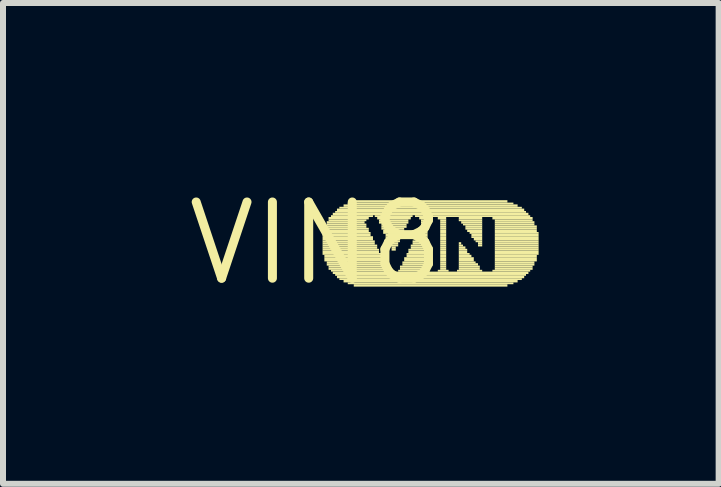
<source format=kicad_pcb>
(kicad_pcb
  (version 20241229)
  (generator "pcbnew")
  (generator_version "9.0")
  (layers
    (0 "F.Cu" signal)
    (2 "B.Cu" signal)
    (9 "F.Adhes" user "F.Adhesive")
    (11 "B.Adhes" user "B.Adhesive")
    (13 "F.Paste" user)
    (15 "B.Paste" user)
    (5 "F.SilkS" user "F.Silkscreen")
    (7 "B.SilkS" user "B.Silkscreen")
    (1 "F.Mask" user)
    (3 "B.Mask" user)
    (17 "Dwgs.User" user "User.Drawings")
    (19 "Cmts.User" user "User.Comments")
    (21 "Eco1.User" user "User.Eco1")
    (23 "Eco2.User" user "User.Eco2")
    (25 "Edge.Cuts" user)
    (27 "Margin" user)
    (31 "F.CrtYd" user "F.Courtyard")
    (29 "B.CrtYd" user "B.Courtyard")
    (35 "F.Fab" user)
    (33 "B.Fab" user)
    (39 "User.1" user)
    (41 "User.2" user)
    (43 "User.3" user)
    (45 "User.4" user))
  (footprint "VIN8"
    (layer "F.Cu")
    (at 2.215 1.006)
    (property "Reference" "VIN8" (at 0 0 0) (layer "F.SilkS") (effects (font (size 1.27 1.27) (thickness 0.15))))
    (fp_poly (pts (xy 0.11 -0.16) (xy 0.91 -0.16) (xy 0.91 -0.19) (xy 0.11 -0.19)) (stroke (width 0) (type solid)) (fill yes) (layer "F.SilkS"))
    (fp_poly (pts (xy 0.11 -0.12) (xy 0.91 -0.12) (xy 0.91 -0.16) (xy 0.11 -0.16)) (stroke (width 0) (type solid)) (fill yes) (layer "F.SilkS"))
    (fp_poly (pts (xy 0.11 -0.09) (xy 0.95 -0.09) (xy 0.95 -0.12) (xy 0.11 -0.12)) (stroke (width 0) (type solid)) (fill yes) (layer "F.SilkS"))
    (fp_poly (pts (xy 0.11 -0.05) (xy 0.95 -0.05) (xy 0.95 -0.09) (xy 0.11 -0.09)) (stroke (width 0) (type solid)) (fill yes) (layer "F.SilkS"))
    (fp_poly (pts (xy 0.11 -0.02) (xy 0.98 -0.02) (xy 0.98 -0.05) (xy 0.11 -0.05)) (stroke (width 0) (type solid)) (fill yes) (layer "F.SilkS"))
    (fp_poly (pts (xy 0.11 0.02) (xy 0.98 0.02) (xy 0.98 -0.02) (xy 0.11 -0.02)) (stroke (width 0) (type solid)) (fill yes) (layer "F.SilkS"))
    (fp_poly (pts (xy 0.11 0.05) (xy 1.02 0.05) (xy 1.02 0.02) (xy 0.11 0.02)) (stroke (width 0) (type solid)) (fill yes) (layer "F.SilkS"))
    (fp_poly (pts (xy 0.11 0.09) (xy 1.02 0.09) (xy 1.02 0.05) (xy 0.11 0.05)) (stroke (width 0) (type solid)) (fill yes) (layer "F.SilkS"))
    (fp_poly (pts (xy 0.11 0.12) (xy 1.05 0.12) (xy 1.05 0.09) (xy 0.11 0.09)) (stroke (width 0) (type solid)) (fill yes) (layer "F.SilkS"))
    (fp_poly (pts (xy 0.11 0.16) (xy 1.05 0.16) (xy 1.05 0.12) (xy 0.11 0.12)) (stroke (width 0) (type solid)) (fill yes) (layer "F.SilkS"))
    (fp_poly (pts (xy 0.11 0.19) (xy 1.09 0.19) (xy 1.09 0.16) (xy 0.11 0.16)) (stroke (width 0) (type solid)) (fill yes) (layer "F.SilkS"))
    (fp_poly (pts (xy 0.14 -0.26) (xy 0.84 -0.26) (xy 0.84 -0.3) (xy 0.14 -0.3)) (stroke (width 0) (type solid)) (fill yes) (layer "F.SilkS"))
    (fp_poly (pts (xy 0.14 -0.23) (xy 0.88 -0.23) (xy 0.88 -0.26) (xy 0.14 -0.26)) (stroke (width 0) (type solid)) (fill yes) (layer "F.SilkS"))
    (fp_poly (pts (xy 0.14 -0.19) (xy 0.88 -0.19) (xy 0.88 -0.23) (xy 0.14 -0.23)) (stroke (width 0) (type solid)) (fill yes) (layer "F.SilkS"))
    (fp_poly (pts (xy 0.14 0.23) (xy 1.09 0.23) (xy 1.09 0.19) (xy 0.14 0.19)) (stroke (width 0) (type solid)) (fill yes) (layer "F.SilkS"))
    (fp_poly (pts (xy 0.14 0.26) (xy 1.12 0.26) (xy 1.12 0.23) (xy 0.14 0.23)) (stroke (width 0) (type solid)) (fill yes) (layer "F.SilkS"))
    (fp_poly (pts (xy 0.14 0.3) (xy 1.12 0.3) (xy 1.12 0.26) (xy 0.14 0.26)) (stroke (width 0) (type solid)) (fill yes) (layer "F.SilkS"))
    (fp_poly (pts (xy 0.18 -0.33) (xy 0.81 -0.33) (xy 0.81 -0.37) (xy 0.18 -0.37)) (stroke (width 0) (type solid)) (fill yes) (layer "F.SilkS"))
    (fp_poly (pts (xy 0.18 -0.3) (xy 0.84 -0.3) (xy 0.84 -0.33) (xy 0.18 -0.33)) (stroke (width 0) (type solid)) (fill yes) (layer "F.SilkS"))
    (fp_poly (pts (xy 0.18 0.33) (xy 1.16 0.33) (xy 1.16 0.3) (xy 0.18 0.3)) (stroke (width 0) (type solid)) (fill yes) (layer "F.SilkS"))
    (fp_poly (pts (xy 0.18 0.37) (xy 1.16 0.37) (xy 1.16 0.33) (xy 0.18 0.33)) (stroke (width 0) (type solid)) (fill yes) (layer "F.SilkS"))
    (fp_poly (pts (xy 0.21 -0.4) (xy 0.88 -0.4) (xy 0.88 -0.44) (xy 0.21 -0.44)) (stroke (width 0) (type solid)) (fill yes) (layer "F.SilkS"))
    (fp_poly (pts (xy 0.21 -0.37) (xy 0.84 -0.37) (xy 0.84 -0.4) (xy 0.21 -0.4)) (stroke (width 0) (type solid)) (fill yes) (layer "F.SilkS"))
    (fp_poly (pts (xy 0.21 0.4) (xy 1.19 0.4) (xy 1.19 0.37) (xy 0.21 0.37)) (stroke (width 0) (type solid)) (fill yes) (layer "F.SilkS"))
    (fp_poly (pts (xy 0.21 0.44) (xy 1.19 0.44) (xy 1.19 0.4) (xy 0.21 0.4)) (stroke (width 0) (type solid)) (fill yes) (layer "F.SilkS"))
    (fp_poly (pts (xy 0.25 -0.44) (xy 0.95 -0.44) (xy 0.95 -0.47) (xy 0.25 -0.47)) (stroke (width 0) (type solid)) (fill yes) (layer "F.SilkS"))
    (fp_poly (pts (xy 0.25 0.47) (xy 1.23 0.47) (xy 1.23 0.44) (xy 0.25 0.44)) (stroke (width 0) (type solid)) (fill yes) (layer "F.SilkS"))
    (fp_poly (pts (xy 0.28 -0.47) (xy 3.54 -0.47) (xy 3.54 -0.51) (xy 0.28 -0.51)) (stroke (width 0) (type solid)) (fill yes) (layer "F.SilkS"))
    (fp_poly (pts (xy 0.28 0.51) (xy 3.54 0.51) (xy 3.54 0.47) (xy 0.28 0.47)) (stroke (width 0) (type solid)) (fill yes) (layer "F.SilkS"))
    (fp_poly (pts (xy 0.32 -0.51) (xy 3.5 -0.51) (xy 3.5 -0.54) (xy 0.32 -0.54)) (stroke (width 0) (type solid)) (fill yes) (layer "F.SilkS"))
    (fp_poly (pts (xy 0.32 0.54) (xy 3.5 0.54) (xy 3.5 0.51) (xy 0.32 0.51)) (stroke (width 0) (type solid)) (fill yes) (layer "F.SilkS"))
    (fp_poly (pts (xy 0.35 -0.54) (xy 3.47 -0.54) (xy 3.47 -0.58) (xy 0.35 -0.58)) (stroke (width 0) (type solid)) (fill yes) (layer "F.SilkS"))
    (fp_poly (pts (xy 0.35 0.58) (xy 3.47 0.58) (xy 3.47 0.54) (xy 0.35 0.54)) (stroke (width 0) (type solid)) (fill yes) (layer "F.SilkS"))
    (fp_poly (pts (xy 0.39 -0.58) (xy 3.43 -0.58) (xy 3.43 -0.61) (xy 0.39 -0.61)) (stroke (width 0) (type solid)) (fill yes) (layer "F.SilkS"))
    (fp_poly (pts (xy 0.39 0.61) (xy 3.43 0.61) (xy 3.43 0.58) (xy 0.39 0.58)) (stroke (width 0) (type solid)) (fill yes) (layer "F.SilkS"))
    (fp_poly (pts (xy 0.46 -0.61) (xy 3.36 -0.61) (xy 3.36 -0.65) (xy 0.46 -0.65)) (stroke (width 0) (type solid)) (fill yes) (layer "F.SilkS"))
    (fp_poly (pts (xy 0.46 0.65) (xy 3.36 0.65) (xy 3.36 0.61) (xy 0.46 0.61)) (stroke (width 0) (type solid)) (fill yes) (layer "F.SilkS"))
    (fp_poly (pts (xy 0.53 -0.65) (xy 3.29 -0.65) (xy 3.29 -0.68) (xy 0.53 -0.68)) (stroke (width 0) (type solid)) (fill yes) (layer "F.SilkS"))
    (fp_poly (pts (xy 0.53 0.68) (xy 3.29 0.68) (xy 3.29 0.65) (xy 0.53 0.65)) (stroke (width 0) (type solid)) (fill yes) (layer "F.SilkS"))
    (fp_poly (pts (xy 0.63 -0.68) (xy 3.19 -0.68) (xy 3.19 -0.72) (xy 0.63 -0.72)) (stroke (width 0) (type solid)) (fill yes) (layer "F.SilkS"))
    (fp_poly (pts (xy 0.63 0.72) (xy 3.19 0.72) (xy 3.19 0.68) (xy 0.63 0.68)) (stroke (width 0) (type solid)) (fill yes) (layer "F.SilkS"))
    (fp_poly (pts (xy 0.98 -0.44) (xy 1.61 -0.44) (xy 1.61 -0.47) (xy 0.98 -0.47)) (stroke (width 0) (type solid)) (fill yes) (layer "F.SilkS"))
    (fp_poly (pts (xy 1.02 -0.4) (xy 1.58 -0.4) (xy 1.58 -0.44) (xy 1.02 -0.44)) (stroke (width 0) (type solid)) (fill yes) (layer "F.SilkS"))
    (fp_poly (pts (xy 1.05 -0.37) (xy 1.54 -0.37) (xy 1.54 -0.4) (xy 1.05 -0.4)) (stroke (width 0) (type solid)) (fill yes) (layer "F.SilkS"))
    (fp_poly (pts (xy 1.05 -0.33) (xy 1.54 -0.33) (xy 1.54 -0.37) (xy 1.05 -0.37)) (stroke (width 0) (type solid)) (fill yes) (layer "F.SilkS"))
    (fp_poly (pts (xy 1.09 -0.3) (xy 1.51 -0.3) (xy 1.51 -0.33) (xy 1.09 -0.33)) (stroke (width 0) (type solid)) (fill yes) (layer "F.SilkS"))
    (fp_poly (pts (xy 1.09 -0.26) (xy 1.51 -0.26) (xy 1.51 -0.3) (xy 1.09 -0.3)) (stroke (width 0) (type solid)) (fill yes) (layer "F.SilkS"))
    (fp_poly (pts (xy 1.09 -0.23) (xy 1.47 -0.23) (xy 1.47 -0.26) (xy 1.09 -0.26)) (stroke (width 0) (type solid)) (fill yes) (layer "F.SilkS"))
    (fp_poly (pts (xy 1.12 -0.19) (xy 1.47 -0.19) (xy 1.47 -0.23) (xy 1.12 -0.23)) (stroke (width 0) (type solid)) (fill yes) (layer "F.SilkS"))
    (fp_poly (pts (xy 1.12 -0.16) (xy 1.44 -0.16) (xy 1.44 -0.19) (xy 1.12 -0.19)) (stroke (width 0) (type solid)) (fill yes) (layer "F.SilkS"))
    (fp_poly (pts (xy 1.16 -0.12) (xy 1.44 -0.12) (xy 1.44 -0.16) (xy 1.16 -0.16)) (stroke (width 0) (type solid)) (fill yes) (layer "F.SilkS"))
    (fp_poly (pts (xy 1.16 -0.09) (xy 1.44 -0.09) (xy 1.44 -0.12) (xy 1.16 -0.12)) (stroke (width 0) (type solid)) (fill yes) (layer "F.SilkS"))
    (fp_poly (pts (xy 1.19 -0.05) (xy 1.4 -0.05) (xy 1.4 -0.09) (xy 1.19 -0.09)) (stroke (width 0) (type solid)) (fill yes) (layer "F.SilkS"))
    (fp_poly (pts (xy 1.19 -0.02) (xy 1.4 -0.02) (xy 1.4 -0.05) (xy 1.19 -0.05)) (stroke (width 0) (type solid)) (fill yes) (layer "F.SilkS"))
    (fp_poly (pts (xy 1.23 0.02) (xy 1.37 0.02) (xy 1.37 -0.02) (xy 1.23 -0.02)) (stroke (width 0) (type solid)) (fill yes) (layer "F.SilkS"))
    (fp_poly (pts (xy 1.23 0.05) (xy 1.37 0.05) (xy 1.37 0.02) (xy 1.23 0.02)) (stroke (width 0) (type solid)) (fill yes) (layer "F.SilkS"))
    (fp_poly (pts (xy 1.26 0.09) (xy 1.33 0.09) (xy 1.33 0.05) (xy 1.26 0.05)) (stroke (width 0) (type solid)) (fill yes) (layer "F.SilkS"))
    (fp_poly (pts (xy 1.26 0.12) (xy 1.33 0.12) (xy 1.33 0.09) (xy 1.26 0.09)) (stroke (width 0) (type solid)) (fill yes) (layer "F.SilkS"))
    (fp_poly (pts (xy 1.37 0.47) (xy 1.86 0.47) (xy 1.86 0.44) (xy 1.37 0.44)) (stroke (width 0) (type solid)) (fill yes) (layer "F.SilkS"))
    (fp_poly (pts (xy 1.4 0.4) (xy 1.86 0.4) (xy 1.86 0.37) (xy 1.4 0.37)) (stroke (width 0) (type solid)) (fill yes) (layer "F.SilkS"))
    (fp_poly (pts (xy 1.4 0.44) (xy 1.86 0.44) (xy 1.86 0.4) (xy 1.4 0.4)) (stroke (width 0) (type solid)) (fill yes) (layer "F.SilkS"))
    (fp_poly (pts (xy 1.44 0.33) (xy 1.86 0.33) (xy 1.86 0.3) (xy 1.44 0.3)) (stroke (width 0) (type solid)) (fill yes) (layer "F.SilkS"))
    (fp_poly (pts (xy 1.44 0.37) (xy 1.86 0.37) (xy 1.86 0.33) (xy 1.44 0.33)) (stroke (width 0) (type solid)) (fill yes) (layer "F.SilkS"))
    (fp_poly (pts (xy 1.47 0.26) (xy 1.86 0.26) (xy 1.86 0.23) (xy 1.47 0.23)) (stroke (width 0) (type solid)) (fill yes) (layer "F.SilkS"))
    (fp_poly (pts (xy 1.47 0.3) (xy 1.86 0.3) (xy 1.86 0.26) (xy 1.47 0.26)) (stroke (width 0) (type solid)) (fill yes) (layer "F.SilkS"))
    (fp_poly (pts (xy 1.51 0.19) (xy 1.86 0.19) (xy 1.86 0.16) (xy 1.51 0.16)) (stroke (width 0) (type solid)) (fill yes) (layer "F.SilkS"))
    (fp_poly (pts (xy 1.51 0.23) (xy 1.86 0.23) (xy 1.86 0.19) (xy 1.51 0.19)) (stroke (width 0) (type solid)) (fill yes) (layer "F.SilkS"))
    (fp_poly (pts (xy 1.54 0.12) (xy 1.86 0.12) (xy 1.86 0.09) (xy 1.54 0.09)) (stroke (width 0) (type solid)) (fill yes) (layer "F.SilkS"))
    (fp_poly (pts (xy 1.54 0.16) (xy 1.86 0.16) (xy 1.86 0.12) (xy 1.54 0.12)) (stroke (width 0) (type solid)) (fill yes) (layer "F.SilkS"))
    (fp_poly (pts (xy 1.58 0.05) (xy 1.86 0.05) (xy 1.86 0.02) (xy 1.58 0.02)) (stroke (width 0) (type solid)) (fill yes) (layer "F.SilkS"))
    (fp_poly (pts (xy 1.58 0.09) (xy 1.86 0.09) (xy 1.86 0.05) (xy 1.58 0.05)) (stroke (width 0) (type solid)) (fill yes) (layer "F.SilkS"))
    (fp_poly (pts (xy 1.61 -0.02) (xy 1.86 -0.02) (xy 1.86 -0.05) (xy 1.61 -0.05)) (stroke (width 0) (type solid)) (fill yes) (layer "F.SilkS"))
    (fp_poly (pts (xy 1.61 0.02) (xy 1.86 0.02) (xy 1.86 -0.02) (xy 1.61 -0.02)) (stroke (width 0) (type solid)) (fill yes) (layer "F.SilkS"))
    (fp_poly (pts (xy 1.65 -0.44) (xy 3.57 -0.44) (xy 3.57 -0.47) (xy 1.65 -0.47)) (stroke (width 0) (type solid)) (fill yes) (layer "F.SilkS"))
    (fp_poly (pts (xy 1.65 -0.09) (xy 1.86 -0.09) (xy 1.86 -0.12) (xy 1.65 -0.12)) (stroke (width 0) (type solid)) (fill yes) (layer "F.SilkS"))
    (fp_poly (pts (xy 1.65 -0.05) (xy 1.86 -0.05) (xy 1.86 -0.09) (xy 1.65 -0.09)) (stroke (width 0) (type solid)) (fill yes) (layer "F.SilkS"))
    (fp_poly (pts (xy 1.68 -0.16) (xy 1.86 -0.16) (xy 1.86 -0.19) (xy 1.68 -0.19)) (stroke (width 0) (type solid)) (fill yes) (layer "F.SilkS"))
    (fp_poly (pts (xy 1.68 -0.12) (xy 1.86 -0.12) (xy 1.86 -0.16) (xy 1.68 -0.16)) (stroke (width 0) (type solid)) (fill yes) (layer "F.SilkS"))
    (fp_poly (pts (xy 1.72 -0.4) (xy 1.86 -0.4) (xy 1.86 -0.44) (xy 1.72 -0.44)) (stroke (width 0) (type solid)) (fill yes) (layer "F.SilkS"))
    (fp_poly (pts (xy 1.72 -0.23) (xy 1.86 -0.23) (xy 1.86 -0.26) (xy 1.72 -0.26)) (stroke (width 0) (type solid)) (fill yes) (layer "F.SilkS"))
    (fp_poly (pts (xy 1.72 -0.19) (xy 1.86 -0.19) (xy 1.86 -0.23) (xy 1.72 -0.23)) (stroke (width 0) (type solid)) (fill yes) (layer "F.SilkS"))
    (fp_poly (pts (xy 1.75 -0.37) (xy 1.86 -0.37) (xy 1.86 -0.4) (xy 1.75 -0.4)) (stroke (width 0) (type solid)) (fill yes) (layer "F.SilkS"))
    (fp_poly (pts (xy 1.75 -0.33) (xy 1.86 -0.33) (xy 1.86 -0.37) (xy 1.75 -0.37)) (stroke (width 0) (type solid)) (fill yes) (layer "F.SilkS"))
    (fp_poly (pts (xy 1.75 -0.3) (xy 1.86 -0.3) (xy 1.86 -0.33) (xy 1.75 -0.33)) (stroke (width 0) (type solid)) (fill yes) (layer "F.SilkS"))
    (fp_poly (pts (xy 1.75 -0.26) (xy 1.86 -0.26) (xy 1.86 -0.3) (xy 1.75 -0.3)) (stroke (width 0) (type solid)) (fill yes) (layer "F.SilkS"))
    (fp_poly (pts (xy 2.03 -0.4) (xy 2.17 -0.4) (xy 2.17 -0.44) (xy 2.03 -0.44)) (stroke (width 0) (type solid)) (fill yes) (layer "F.SilkS"))
    (fp_poly (pts (xy 2.03 0.47) (xy 2.21 0.47) (xy 2.21 0.44) (xy 2.03 0.44)) (stroke (width 0) (type solid)) (fill yes) (layer "F.SilkS"))
    (fp_poly (pts (xy 2.07 -0.37) (xy 2.17 -0.37) (xy 2.17 -0.4) (xy 2.07 -0.4)) (stroke (width 0) (type solid)) (fill yes) (layer "F.SilkS"))
    (fp_poly (pts (xy 2.07 -0.33) (xy 2.17 -0.33) (xy 2.17 -0.37) (xy 2.07 -0.37)) (stroke (width 0) (type solid)) (fill yes) (layer "F.SilkS"))
    (fp_poly (pts (xy 2.07 -0.3) (xy 2.17 -0.3) (xy 2.17 -0.33) (xy 2.07 -0.33)) (stroke (width 0) (type solid)) (fill yes) (layer "F.SilkS"))
    (fp_poly (pts (xy 2.07 -0.26) (xy 2.17 -0.26) (xy 2.17 -0.3) (xy 2.07 -0.3)) (stroke (width 0) (type solid)) (fill yes) (layer "F.SilkS"))
    (fp_poly (pts (xy 2.07 -0.23) (xy 2.17 -0.23) (xy 2.17 -0.26) (xy 2.07 -0.26)) (stroke (width 0) (type solid)) (fill yes) (layer "F.SilkS"))
    (fp_poly (pts (xy 2.07 -0.19) (xy 2.17 -0.19) (xy 2.17 -0.23) (xy 2.07 -0.23)) (stroke (width 0) (type solid)) (fill yes) (layer "F.SilkS"))
    (fp_poly (pts (xy 2.07 -0.16) (xy 2.17 -0.16) (xy 2.17 -0.19) (xy 2.07 -0.19)) (stroke (width 0) (type solid)) (fill yes) (layer "F.SilkS"))
    (fp_poly (pts (xy 2.07 -0.12) (xy 2.17 -0.12) (xy 2.17 -0.16) (xy 2.07 -0.16)) (stroke (width 0) (type solid)) (fill yes) (layer "F.SilkS"))
    (fp_poly (pts (xy 2.07 -0.09) (xy 2.17 -0.09) (xy 2.17 -0.12) (xy 2.07 -0.12)) (stroke (width 0) (type solid)) (fill yes) (layer "F.SilkS"))
    (fp_poly (pts (xy 2.07 -0.05) (xy 2.17 -0.05) (xy 2.17 -0.09) (xy 2.07 -0.09)) (stroke (width 0) (type solid)) (fill yes) (layer "F.SilkS"))
    (fp_poly (pts (xy 2.07 -0.02) (xy 2.17 -0.02) (xy 2.17 -0.05) (xy 2.07 -0.05)) (stroke (width 0) (type solid)) (fill yes) (layer "F.SilkS"))
    (fp_poly (pts (xy 2.07 0.02) (xy 2.17 0.02) (xy 2.17 -0.02) (xy 2.07 -0.02)) (stroke (width 0) (type solid)) (fill yes) (layer "F.SilkS"))
    (fp_poly (pts (xy 2.07 0.05) (xy 2.17 0.05) (xy 2.17 0.02) (xy 2.07 0.02)) (stroke (width 0) (type solid)) (fill yes) (layer "F.SilkS"))
    (fp_poly (pts (xy 2.07 0.09) (xy 2.17 0.09) (xy 2.17 0.05) (xy 2.07 0.05)) (stroke (width 0) (type solid)) (fill yes) (layer "F.SilkS"))
    (fp_poly (pts (xy 2.07 0.12) (xy 2.17 0.12) (xy 2.17 0.09) (xy 2.07 0.09)) (stroke (width 0) (type solid)) (fill yes) (layer "F.SilkS"))
    (fp_poly (pts (xy 2.07 0.16) (xy 2.17 0.16) (xy 2.17 0.12) (xy 2.07 0.12)) (stroke (width 0) (type solid)) (fill yes) (layer "F.SilkS"))
    (fp_poly (pts (xy 2.07 0.19) (xy 2.17 0.19) (xy 2.17 0.16) (xy 2.07 0.16)) (stroke (width 0) (type solid)) (fill yes) (layer "F.SilkS"))
    (fp_poly (pts (xy 2.07 0.23) (xy 2.17 0.23) (xy 2.17 0.19) (xy 2.07 0.19)) (stroke (width 0) (type solid)) (fill yes) (layer "F.SilkS"))
    (fp_poly (pts (xy 2.07 0.26) (xy 2.17 0.26) (xy 2.17 0.23) (xy 2.07 0.23)) (stroke (width 0) (type solid)) (fill yes) (layer "F.SilkS"))
    (fp_poly (pts (xy 2.07 0.3) (xy 2.17 0.3) (xy 2.17 0.26) (xy 2.07 0.26)) (stroke (width 0) (type solid)) (fill yes) (layer "F.SilkS"))
    (fp_poly (pts (xy 2.07 0.33) (xy 2.17 0.33) (xy 2.17 0.3) (xy 2.07 0.3)) (stroke (width 0) (type solid)) (fill yes) (layer "F.SilkS"))
    (fp_poly (pts (xy 2.07 0.37) (xy 2.17 0.37) (xy 2.17 0.33) (xy 2.07 0.33)) (stroke (width 0) (type solid)) (fill yes) (layer "F.SilkS"))
    (fp_poly (pts (xy 2.07 0.4) (xy 2.17 0.4) (xy 2.17 0.37) (xy 2.07 0.37)) (stroke (width 0) (type solid)) (fill yes) (layer "F.SilkS"))
    (fp_poly (pts (xy 2.07 0.44) (xy 2.17 0.44) (xy 2.17 0.4) (xy 2.07 0.4)) (stroke (width 0) (type solid)) (fill yes) (layer "F.SilkS"))
    (fp_poly (pts (xy 2.35 0.47) (xy 2.77 0.47) (xy 2.77 0.44) (xy 2.35 0.44)) (stroke (width 0) (type solid)) (fill yes) (layer "F.SilkS"))
    (fp_poly (pts (xy 2.38 -0.4) (xy 2.77 -0.4) (xy 2.77 -0.44) (xy 2.38 -0.44)) (stroke (width 0) (type solid)) (fill yes) (layer "F.SilkS"))
    (fp_poly (pts (xy 2.38 -0.37) (xy 2.77 -0.37) (xy 2.77 -0.4) (xy 2.38 -0.4)) (stroke (width 0) (type solid)) (fill yes) (layer "F.SilkS"))
    (fp_poly (pts (xy 2.38 0.02) (xy 2.42 0.02) (xy 2.42 -0.02) (xy 2.38 -0.02)) (stroke (width 0) (type solid)) (fill yes) (layer "F.SilkS"))
    (fp_poly (pts (xy 2.38 0.05) (xy 2.45 0.05) (xy 2.45 0.02) (xy 2.38 0.02)) (stroke (width 0) (type solid)) (fill yes) (layer "F.SilkS"))
    (fp_poly (pts (xy 2.38 0.09) (xy 2.49 0.09) (xy 2.49 0.05) (xy 2.38 0.05)) (stroke (width 0) (type solid)) (fill yes) (layer "F.SilkS"))
    (fp_poly (pts (xy 2.38 0.12) (xy 2.52 0.12) (xy 2.52 0.09) (xy 2.38 0.09)) (stroke (width 0) (type solid)) (fill yes) (layer "F.SilkS"))
    (fp_poly (pts (xy 2.38 0.16) (xy 2.52 0.16) (xy 2.52 0.12) (xy 2.38 0.12)) (stroke (width 0) (type solid)) (fill yes) (layer "F.SilkS"))
    (fp_poly (pts (xy 2.38 0.19) (xy 2.56 0.19) (xy 2.56 0.16) (xy 2.38 0.16)) (stroke (width 0) (type solid)) (fill yes) (layer "F.SilkS"))
    (fp_poly (pts (xy 2.38 0.23) (xy 2.59 0.23) (xy 2.59 0.19) (xy 2.38 0.19)) (stroke (width 0) (type solid)) (fill yes) (layer "F.SilkS"))
    (fp_poly (pts (xy 2.38 0.26) (xy 2.63 0.26) (xy 2.63 0.23) (xy 2.38 0.23)) (stroke (width 0) (type solid)) (fill yes) (layer "F.SilkS"))
    (fp_poly (pts (xy 2.38 0.3) (xy 2.63 0.3) (xy 2.63 0.26) (xy 2.38 0.26)) (stroke (width 0) (type solid)) (fill yes) (layer "F.SilkS"))
    (fp_poly (pts (xy 2.38 0.33) (xy 2.66 0.33) (xy 2.66 0.3) (xy 2.38 0.3)) (stroke (width 0) (type solid)) (fill yes) (layer "F.SilkS"))
    (fp_poly (pts (xy 2.38 0.37) (xy 2.7 0.37) (xy 2.7 0.33) (xy 2.38 0.33)) (stroke (width 0) (type solid)) (fill yes) (layer "F.SilkS"))
    (fp_poly (pts (xy 2.38 0.4) (xy 2.73 0.4) (xy 2.73 0.37) (xy 2.38 0.37)) (stroke (width 0) (type solid)) (fill yes) (layer "F.SilkS"))
    (fp_poly (pts (xy 2.38 0.44) (xy 2.73 0.44) (xy 2.73 0.4) (xy 2.38 0.4)) (stroke (width 0) (type solid)) (fill yes) (layer "F.SilkS"))
    (fp_poly (pts (xy 2.42 -0.33) (xy 2.77 -0.33) (xy 2.77 -0.37) (xy 2.42 -0.37)) (stroke (width 0) (type solid)) (fill yes) (layer "F.SilkS"))
    (fp_poly (pts (xy 2.45 -0.3) (xy 2.77 -0.3) (xy 2.77 -0.33) (xy 2.45 -0.33)) (stroke (width 0) (type solid)) (fill yes) (layer "F.SilkS"))
    (fp_poly (pts (xy 2.49 -0.26) (xy 2.77 -0.26) (xy 2.77 -0.3) (xy 2.49 -0.3)) (stroke (width 0) (type solid)) (fill yes) (layer "F.SilkS"))
    (fp_poly (pts (xy 2.49 -0.23) (xy 2.77 -0.23) (xy 2.77 -0.26) (xy 2.49 -0.26)) (stroke (width 0) (type solid)) (fill yes) (layer "F.SilkS"))
    (fp_poly (pts (xy 2.52 -0.19) (xy 2.77 -0.19) (xy 2.77 -0.23) (xy 2.52 -0.23)) (stroke (width 0) (type solid)) (fill yes) (layer "F.SilkS"))
    (fp_poly (pts (xy 2.56 -0.16) (xy 2.77 -0.16) (xy 2.77 -0.19) (xy 2.56 -0.19)) (stroke (width 0) (type solid)) (fill yes) (layer "F.SilkS"))
    (fp_poly (pts (xy 2.59 -0.12) (xy 2.77 -0.12) (xy 2.77 -0.16) (xy 2.59 -0.16)) (stroke (width 0) (type solid)) (fill yes) (layer "F.SilkS"))
    (fp_poly (pts (xy 2.59 -0.09) (xy 2.77 -0.09) (xy 2.77 -0.12) (xy 2.59 -0.12)) (stroke (width 0) (type solid)) (fill yes) (layer "F.SilkS"))
    (fp_poly (pts (xy 2.63 -0.05) (xy 2.77 -0.05) (xy 2.77 -0.09) (xy 2.63 -0.09)) (stroke (width 0) (type solid)) (fill yes) (layer "F.SilkS"))
    (fp_poly (pts (xy 2.66 -0.02) (xy 2.77 -0.02) (xy 2.77 -0.05) (xy 2.66 -0.05)) (stroke (width 0) (type solid)) (fill yes) (layer "F.SilkS"))
    (fp_poly (pts (xy 2.7 0.02) (xy 2.77 0.02) (xy 2.77 -0.02) (xy 2.7 -0.02)) (stroke (width 0) (type solid)) (fill yes) (layer "F.SilkS"))
    (fp_poly (pts (xy 2.7 0.05) (xy 2.77 0.05) (xy 2.77 0.02) (xy 2.7 0.02)) (stroke (width 0) (type solid)) (fill yes) (layer "F.SilkS"))
    (fp_poly (pts (xy 2.94 -0.4) (xy 3.61 -0.4) (xy 3.61 -0.44) (xy 2.94 -0.44)) (stroke (width 0) (type solid)) (fill yes) (layer "F.SilkS"))
    (fp_poly (pts (xy 2.94 0.47) (xy 3.57 0.47) (xy 3.57 0.44) (xy 2.94 0.44)) (stroke (width 0) (type solid)) (fill yes) (layer "F.SilkS"))
    (fp_poly (pts (xy 2.98 -0.37) (xy 3.61 -0.37) (xy 3.61 -0.4) (xy 2.98 -0.4)) (stroke (width 0) (type solid)) (fill yes) (layer "F.SilkS"))
    (fp_poly (pts (xy 2.98 -0.33) (xy 3.64 -0.33) (xy 3.64 -0.37) (xy 2.98 -0.37)) (stroke (width 0) (type solid)) (fill yes) (layer "F.SilkS"))
    (fp_poly (pts (xy 2.98 -0.3) (xy 3.64 -0.3) (xy 3.64 -0.33) (xy 2.98 -0.33)) (stroke (width 0) (type solid)) (fill yes) (layer "F.SilkS"))
    (fp_poly (pts (xy 2.98 -0.26) (xy 3.68 -0.26) (xy 3.68 -0.3) (xy 2.98 -0.3)) (stroke (width 0) (type solid)) (fill yes) (layer "F.SilkS"))
    (fp_poly (pts (xy 2.98 -0.23) (xy 3.68 -0.23) (xy 3.68 -0.26) (xy 2.98 -0.26)) (stroke (width 0) (type solid)) (fill yes) (layer "F.SilkS"))
    (fp_poly (pts (xy 2.98 -0.19) (xy 3.68 -0.19) (xy 3.68 -0.23) (xy 2.98 -0.23)) (stroke (width 0) (type solid)) (fill yes) (layer "F.SilkS"))
    (fp_poly (pts (xy 2.98 -0.16) (xy 3.71 -0.16) (xy 3.71 -0.19) (xy 2.98 -0.19)) (stroke (width 0) (type solid)) (fill yes) (layer "F.SilkS"))
    (fp_poly (pts (xy 2.98 -0.12) (xy 3.71 -0.12) (xy 3.71 -0.16) (xy 2.98 -0.16)) (stroke (width 0) (type solid)) (fill yes) (layer "F.SilkS"))
    (fp_poly (pts (xy 2.98 -0.09) (xy 3.71 -0.09) (xy 3.71 -0.12) (xy 2.98 -0.12)) (stroke (width 0) (type solid)) (fill yes) (layer "F.SilkS"))
    (fp_poly (pts (xy 2.98 -0.05) (xy 3.71 -0.05) (xy 3.71 -0.09) (xy 2.98 -0.09)) (stroke (width 0) (type solid)) (fill yes) (layer "F.SilkS"))
    (fp_poly (pts (xy 2.98 -0.02) (xy 3.71 -0.02) (xy 3.71 -0.05) (xy 2.98 -0.05)) (stroke (width 0) (type solid)) (fill yes) (layer "F.SilkS"))
    (fp_poly (pts (xy 2.98 0.02) (xy 3.71 0.02) (xy 3.71 -0.02) (xy 2.98 -0.02)) (stroke (width 0) (type solid)) (fill yes) (layer "F.SilkS"))
    (fp_poly (pts (xy 2.98 0.05) (xy 3.71 0.05) (xy 3.71 0.02) (xy 2.98 0.02)) (stroke (width 0) (type solid)) (fill yes) (layer "F.SilkS"))
    (fp_poly (pts (xy 2.98 0.09) (xy 3.71 0.09) (xy 3.71 0.05) (xy 2.98 0.05)) (stroke (width 0) (type solid)) (fill yes) (layer "F.SilkS"))
    (fp_poly (pts (xy 2.98 0.12) (xy 3.71 0.12) (xy 3.71 0.09) (xy 2.98 0.09)) (stroke (width 0) (type solid)) (fill yes) (layer "F.SilkS"))
    (fp_poly (pts (xy 2.98 0.16) (xy 3.71 0.16) (xy 3.71 0.12) (xy 2.98 0.12)) (stroke (width 0) (type solid)) (fill yes) (layer "F.SilkS"))
    (fp_poly (pts (xy 2.98 0.19) (xy 3.71 0.19) (xy 3.71 0.16) (xy 2.98 0.16)) (stroke (width 0) (type solid)) (fill yes) (layer "F.SilkS"))
    (fp_poly (pts (xy 2.98 0.23) (xy 3.68 0.23) (xy 3.68 0.19) (xy 2.98 0.19)) (stroke (width 0) (type solid)) (fill yes) (layer "F.SilkS"))
    (fp_poly (pts (xy 2.98 0.26) (xy 3.68 0.26) (xy 3.68 0.23) (xy 2.98 0.23)) (stroke (width 0) (type solid)) (fill yes) (layer "F.SilkS"))
    (fp_poly (pts (xy 2.98 0.3) (xy 3.68 0.3) (xy 3.68 0.26) (xy 2.98 0.26)) (stroke (width 0) (type solid)) (fill yes) (layer "F.SilkS"))
    (fp_poly (pts (xy 2.98 0.33) (xy 3.64 0.33) (xy 3.64 0.3) (xy 2.98 0.3)) (stroke (width 0) (type solid)) (fill yes) (layer "F.SilkS"))
    (fp_poly (pts (xy 2.98 0.37) (xy 3.64 0.37) (xy 3.64 0.33) (xy 2.98 0.33)) (stroke (width 0) (type solid)) (fill yes) (layer "F.SilkS"))
    (fp_poly (pts (xy 2.98 0.4) (xy 3.61 0.4) (xy 3.61 0.37) (xy 2.98 0.37)) (stroke (width 0) (type solid)) (fill yes) (layer "F.SilkS"))
    (fp_poly (pts (xy 2.98 0.44) (xy 3.61 0.44) (xy 3.61 0.4) (xy 2.98 0.4)) (stroke (width 0) (type solid)) (fill yes) (layer "F.SilkS")))
  (gr_rect
    (start -3 -3)
    (end 8.925 5.012)
    (stroke (width 0.1) (type default))
    (fill no)
    (layer "Edge.Cuts")))
</source>
